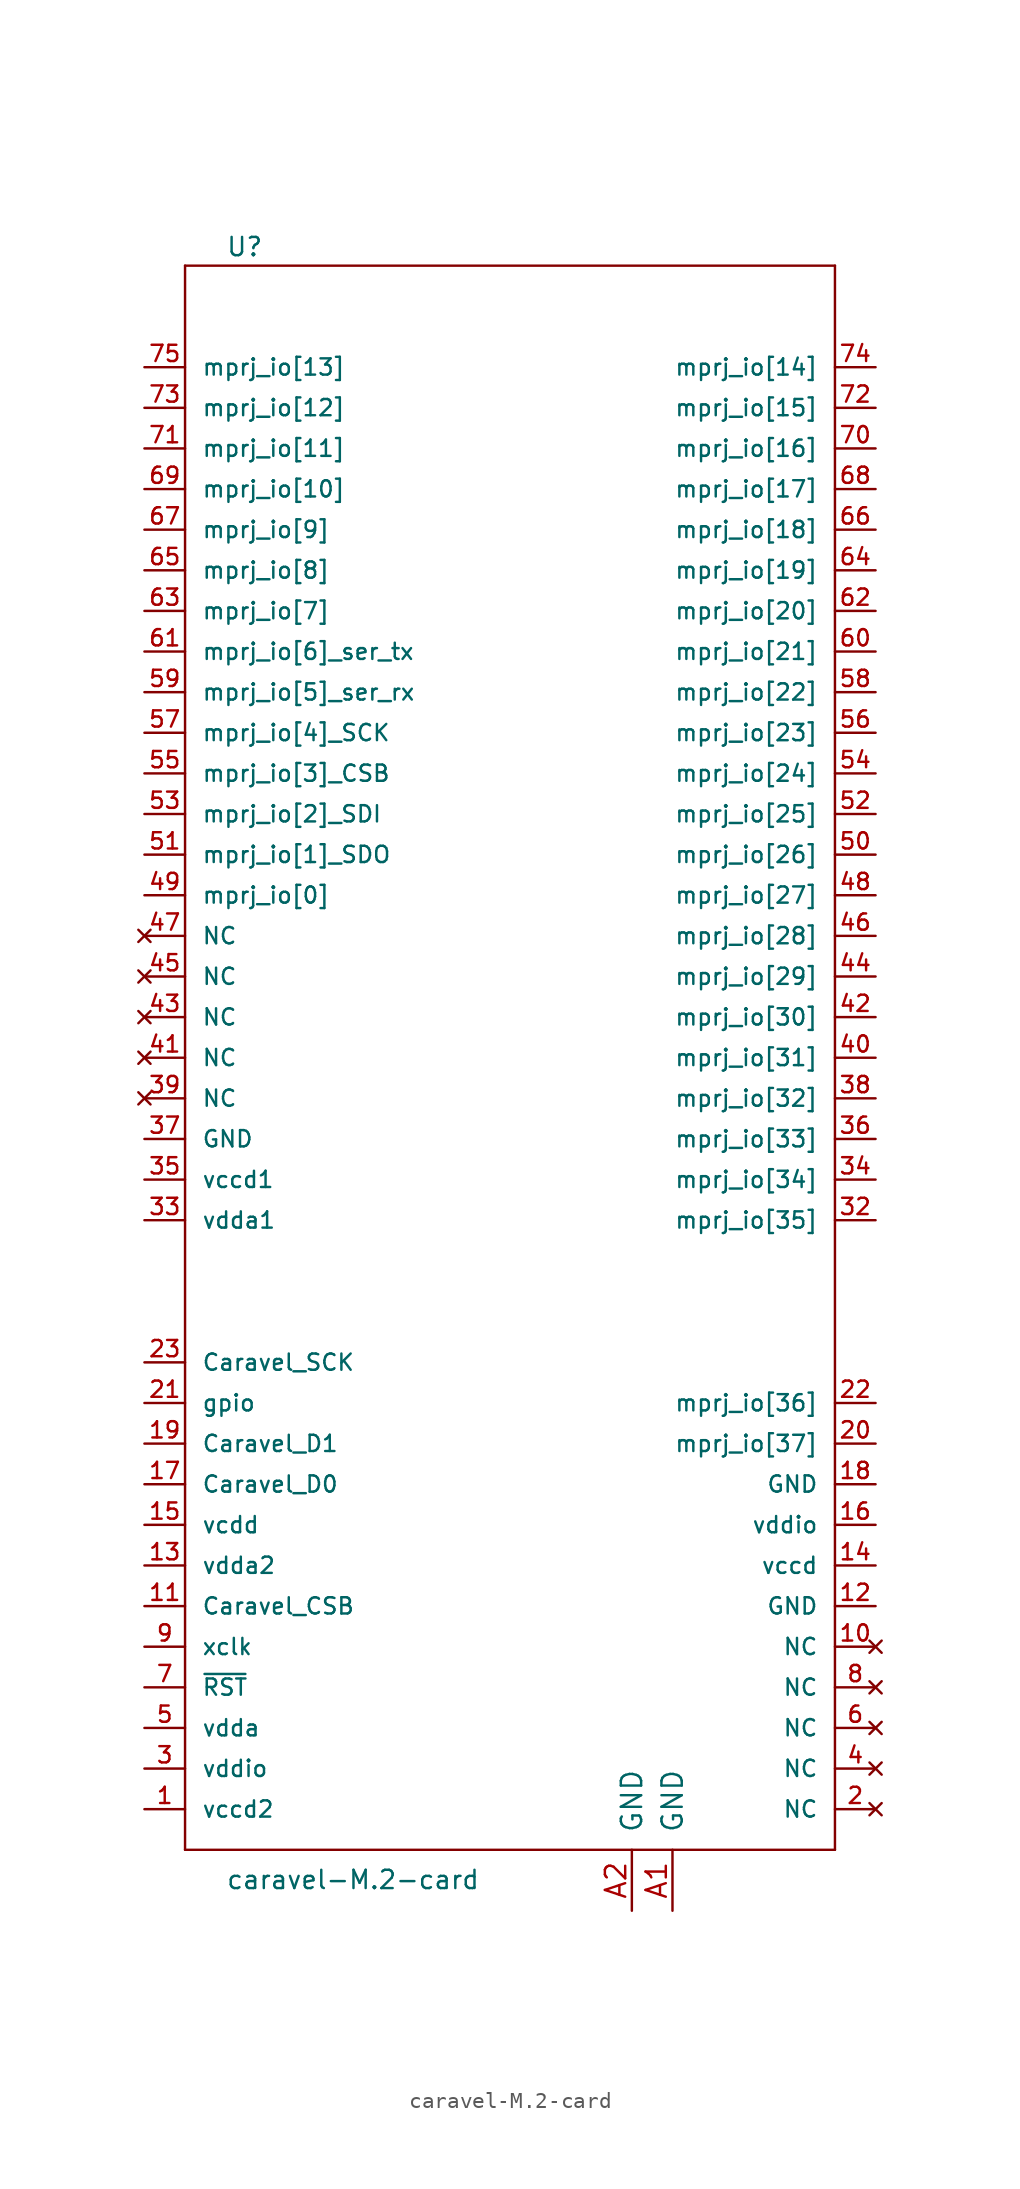
<source format=kicad_sym>
(kicad_symbol_lib
  (version 20231120)
  (generator "kicad_symbol_editor")
  (generator_version "8.0")
  (symbol "caravel-M.2-card"
    (pin_names
      (offset 1.016))
    (property "Reference" "U"
      (at -19.05 53.848 0)
      (effects (font (size 1.143 1.143)) (justify left bottom)))
    (property "Value" "caravel-M.2-card"
      (at -19.05 -48.26 0)
      (effects (font (size 1.143 1.143)) (justify left bottom)))
    (symbol "caravel-M.2-card_1_0"
      (polyline (pts (xy -21.59 -45.72) (xy -21.59 53.34)) (stroke (width 0) (type default)) (fill (type none)))
      (polyline (pts (xy -21.59 53.34) (xy 19.05 53.34)) (stroke (width 0) (type default)) (fill (type none)))
      (polyline (pts (xy 19.05 -45.72) (xy -21.59 -45.72)) (stroke (width 0) (type default)) (fill (type none)))
      (polyline (pts (xy 19.05 53.34) (xy 19.05 -45.72)) (stroke (width 0) (type default)) (fill (type none))))
    (symbol "caravel-M.2-card_1_1"
      (pin power_in line (at -24.13 -43.18 0) (length 2.54) (name "vccd2" (effects (font (size 1.016 1.016)))) (number "1" (effects (font (size 1.016 1.016)))))
      (pin no_connect line (at 21.59 -33.02 180) (length 2.54) (name "NC" (effects (font (size 1.016 1.016)))) (number "10" (effects (font (size 1.016 1.016)))))
      (pin bidirectional line (at -24.13 -30.48 0) (length 2.54) (name "Caravel_CSB" (effects (font (size 1.016 1.016)))) (number "11" (effects (font (size 1.016 1.016)))))
      (pin power_in line (at 21.59 -30.48 180) (length 2.54) (name "GND" (effects (font (size 1.016 1.016)))) (number "12" (effects (font (size 1.016 1.016)))))
      (pin power_in line (at -24.13 -27.94 0) (length 2.54) (name "vdda2" (effects (font (size 1.016 1.016)))) (number "13" (effects (font (size 1.016 1.016)))))
      (pin power_in line (at 21.59 -27.94 180) (length 2.54) (name "vccd" (effects (font (size 1.016 1.016)))) (number "14" (effects (font (size 1.016 1.016)))))
      (pin power_in line (at -24.13 -25.4 0) (length 2.54) (name "vcdd" (effects (font (size 1.016 1.016)))) (number "15" (effects (font (size 1.016 1.016)))))
      (pin power_in line (at 21.59 -25.4 180) (length 2.54) (name "vddio" (effects (font (size 1.016 1.016)))) (number "16" (effects (font (size 1.016 1.016)))))
      (pin bidirectional line (at -24.13 -22.86 0) (length 2.54) (name "Caravel_D0" (effects (font (size 1.016 1.016)))) (number "17" (effects (font (size 1.016 1.016)))))
      (pin power_in line (at 21.59 -22.86 180) (length 2.54) (name "GND" (effects (font (size 1.016 1.016)))) (number "18" (effects (font (size 1.016 1.016)))))
      (pin bidirectional line (at -24.13 -20.32 0) (length 2.54) (name "Caravel_D1" (effects (font (size 1.016 1.016)))) (number "19" (effects (font (size 1.016 1.016)))))
      (pin no_connect line (at 21.59 -43.18 180) (length 2.54) (name "NC" (effects (font (size 1.016 1.016)))) (number "2" (effects (font (size 1.016 1.016)))))
      (pin bidirectional line (at 21.59 -20.32 180) (length 2.54) (name "mprj_io[37]" (effects (font (size 1.016 1.016)))) (number "20" (effects (font (size 1.016 1.016)))))
      (pin bidirectional line (at -24.13 -17.78 0) (length 2.54) (name "gpio" (effects (font (size 1.016 1.016)))) (number "21" (effects (font (size 1.016 1.016)))))
      (pin bidirectional line (at 21.59 -17.78 180) (length 2.54) (name "mprj_io[36]" (effects (font (size 1.016 1.016)))) (number "22" (effects (font (size 1.016 1.016)))))
      (pin bidirectional line (at -24.13 -15.24 0) (length 2.54) (name "Caravel_SCK" (effects (font (size 1.016 1.016)))) (number "23" (effects (font (size 1.016 1.016)))))
      (pin power_in line (at -24.13 -40.64 0) (length 2.54) (name "vddio" (effects (font (size 1.016 1.016)))) (number "3" (effects (font (size 1.016 1.016)))))
      (pin bidirectional line (at 21.59 -6.35 180) (length 2.54) (name "mprj_io[35]" (effects (font (size 1.016 1.016)))) (number "32" (effects (font (size 1.016 1.016)))))
      (pin power_in line (at -24.13 -6.35 0) (length 2.54) (name "vdda1" (effects (font (size 1.016 1.016)))) (number "33" (effects (font (size 1.016 1.016)))))
      (pin bidirectional line (at 21.59 -3.81 180) (length 2.54) (name "mprj_io[34]" (effects (font (size 1.016 1.016)))) (number "34" (effects (font (size 1.016 1.016)))))
      (pin power_in line (at -24.13 -3.81 0) (length 2.54) (name "vccd1" (effects (font (size 1.016 1.016)))) (number "35" (effects (font (size 1.016 1.016)))))
      (pin bidirectional line (at 21.59 -1.27 180) (length 2.54) (name "mprj_io[33]" (effects (font (size 1.016 1.016)))) (number "36" (effects (font (size 1.016 1.016)))))
      (pin power_in line (at -24.13 -1.27 0) (length 2.54) (name "GND" (effects (font (size 1.016 1.016)))) (number "37" (effects (font (size 1.016 1.016)))))
      (pin bidirectional line (at 21.59 1.27 180) (length 2.54) (name "mprj_io[32]" (effects (font (size 1.016 1.016)))) (number "38" (effects (font (size 1.016 1.016)))))
      (pin no_connect line (at -24.13 1.27 0) (length 2.54) (name "NC" (effects (font (size 1.016 1.016)))) (number "39" (effects (font (size 1.016 1.016)))))
      (pin no_connect line (at 21.59 -40.64 180) (length 2.54) (name "NC" (effects (font (size 1.016 1.016)))) (number "4" (effects (font (size 1.016 1.016)))))
      (pin bidirectional line (at 21.59 3.81 180) (length 2.54) (name "mprj_io[31]" (effects (font (size 1.016 1.016)))) (number "40" (effects (font (size 1.016 1.016)))))
      (pin no_connect line (at -24.13 3.81 0) (length 2.54) (name "NC" (effects (font (size 1.016 1.016)))) (number "41" (effects (font (size 1.016 1.016)))))
      (pin bidirectional line (at 21.59 6.35 180) (length 2.54) (name "mprj_io[30]" (effects (font (size 1.016 1.016)))) (number "42" (effects (font (size 1.016 1.016)))))
      (pin no_connect line (at -24.13 6.35 0) (length 2.54) (name "NC" (effects (font (size 1.016 1.016)))) (number "43" (effects (font (size 1.016 1.016)))))
      (pin bidirectional line (at 21.59 8.89 180) (length 2.54) (name "mprj_io[29]" (effects (font (size 1.016 1.016)))) (number "44" (effects (font (size 1.016 1.016)))))
      (pin no_connect line (at -24.13 8.89 0) (length 2.54) (name "NC" (effects (font (size 1.016 1.016)))) (number "45" (effects (font (size 1.016 1.016)))))
      (pin bidirectional line (at 21.59 11.43 180) (length 2.54) (name "mprj_io[28]" (effects (font (size 1.016 1.016)))) (number "46" (effects (font (size 1.016 1.016)))))
      (pin no_connect line (at -24.13 11.43 0) (length 2.54) (name "NC" (effects (font (size 1.016 1.016)))) (number "47" (effects (font (size 1.016 1.016)))))
      (pin bidirectional line (at 21.59 13.97 180) (length 2.54) (name "mprj_io[27]" (effects (font (size 1.016 1.016)))) (number "48" (effects (font (size 1.016 1.016)))))
      (pin bidirectional line (at -24.13 13.97 0) (length 2.54) (name "mprj_io[0]" (effects (font (size 1.016 1.016)))) (number "49" (effects (font (size 1.016 1.016)))))
      (pin power_in line (at -24.13 -38.1 0) (length 2.54) (name "vdda" (effects (font (size 1.016 1.016)))) (number "5" (effects (font (size 1.016 1.016)))))
      (pin bidirectional line (at 21.59 16.51 180) (length 2.54) (name "mprj_io[26]" (effects (font (size 1.016 1.016)))) (number "50" (effects (font (size 1.016 1.016)))))
      (pin bidirectional line (at -24.13 16.51 0) (length 2.54) (name "mprj_io[1]_SDO" (effects (font (size 1.016 1.016)))) (number "51" (effects (font (size 1.016 1.016)))))
      (pin bidirectional line (at 21.59 19.05 180) (length 2.54) (name "mprj_io[25]" (effects (font (size 1.016 1.016)))) (number "52" (effects (font (size 1.016 1.016)))))
      (pin bidirectional line (at -24.13 19.05 0) (length 2.54) (name "mprj_io[2]_SDI" (effects (font (size 1.016 1.016)))) (number "53" (effects (font (size 1.016 1.016)))))
      (pin bidirectional line (at 21.59 21.59 180) (length 2.54) (name "mprj_io[24]" (effects (font (size 1.016 1.016)))) (number "54" (effects (font (size 1.016 1.016)))))
      (pin bidirectional line (at -24.13 21.59 0) (length 2.54) (name "mprj_io[3]_CSB" (effects (font (size 1.016 1.016)))) (number "55" (effects (font (size 1.016 1.016)))))
      (pin bidirectional line (at 21.59 24.13 180) (length 2.54) (name "mprj_io[23]" (effects (font (size 1.016 1.016)))) (number "56" (effects (font (size 1.016 1.016)))))
      (pin bidirectional line (at -24.13 24.13 0) (length 2.54) (name "mprj_io[4]_SCK" (effects (font (size 1.016 1.016)))) (number "57" (effects (font (size 1.016 1.016)))))
      (pin bidirectional line (at 21.59 26.67 180) (length 2.54) (name "mprj_io[22]" (effects (font (size 1.016 1.016)))) (number "58" (effects (font (size 1.016 1.016)))))
      (pin bidirectional line (at -24.13 26.67 0) (length 2.54) (name "mprj_io[5]_ser_rx" (effects (font (size 1.016 1.016)))) (number "59" (effects (font (size 1.016 1.016)))))
      (pin no_connect line (at 21.59 -38.1 180) (length 2.54) (name "NC" (effects (font (size 1.016 1.016)))) (number "6" (effects (font (size 1.016 1.016)))))
      (pin bidirectional line (at 21.59 29.21 180) (length 2.54) (name "mprj_io[21]" (effects (font (size 1.016 1.016)))) (number "60" (effects (font (size 1.016 1.016)))))
      (pin bidirectional line (at -24.13 29.21 0) (length 2.54) (name "mprj_io[6]_ser_tx" (effects (font (size 1.016 1.016)))) (number "61" (effects (font (size 1.016 1.016)))))
      (pin bidirectional line (at 21.59 31.75 180) (length 2.54) (name "mprj_io[20]" (effects (font (size 1.016 1.016)))) (number "62" (effects (font (size 1.016 1.016)))))
      (pin bidirectional line (at -24.13 31.75 0) (length 2.54) (name "mprj_io[7]" (effects (font (size 1.016 1.016)))) (number "63" (effects (font (size 1.016 1.016)))))
      (pin bidirectional line (at 21.59 34.29 180) (length 2.54) (name "mprj_io[19]" (effects (font (size 1.016 1.016)))) (number "64" (effects (font (size 1.016 1.016)))))
      (pin bidirectional line (at -24.13 34.29 0) (length 2.54) (name "mprj_io[8]" (effects (font (size 1.016 1.016)))) (number "65" (effects (font (size 1.016 1.016)))))
      (pin bidirectional line (at 21.59 36.83 180) (length 2.54) (name "mprj_io[18]" (effects (font (size 1.016 1.016)))) (number "66" (effects (font (size 1.016 1.016)))))
      (pin bidirectional line (at -24.13 36.83 0) (length 2.54) (name "mprj_io[9]" (effects (font (size 1.016 1.016)))) (number "67" (effects (font (size 1.016 1.016)))))
      (pin bidirectional line (at 21.59 39.37 180) (length 2.54) (name "mprj_io[17]" (effects (font (size 1.016 1.016)))) (number "68" (effects (font (size 1.016 1.016)))))
      (pin bidirectional line (at -24.13 39.37 0) (length 2.54) (name "mprj_io[10]" (effects (font (size 1.016 1.016)))) (number "69" (effects (font (size 1.016 1.016)))))
      (pin input line (at -24.13 -35.56 0) (length 2.54) (name "~{RST}" (effects (font (size 1.016 1.016)))) (number "7" (effects (font (size 1.016 1.016)))))
      (pin bidirectional line (at 21.59 41.91 180) (length 2.54) (name "mprj_io[16]" (effects (font (size 1.016 1.016)))) (number "70" (effects (font (size 1.016 1.016)))))
      (pin bidirectional line (at -24.13 41.91 0) (length 2.54) (name "mprj_io[11]" (effects (font (size 1.016 1.016)))) (number "71" (effects (font (size 1.016 1.016)))))
      (pin bidirectional line (at 21.59 44.45 180) (length 2.54) (name "mprj_io[15]" (effects (font (size 1.016 1.016)))) (number "72" (effects (font (size 1.016 1.016)))))
      (pin bidirectional line (at -24.13 44.45 0) (length 2.54) (name "mprj_io[12]" (effects (font (size 1.016 1.016)))) (number "73" (effects (font (size 1.016 1.016)))))
      (pin bidirectional line (at 21.59 46.99 180) (length 2.54) (name "mprj_io[14]" (effects (font (size 1.016 1.016)))) (number "74" (effects (font (size 1.016 1.016)))))
      (pin bidirectional line (at -24.13 46.99 0) (length 2.54) (name "mprj_io[13]" (effects (font (size 1.016 1.016)))) (number "75" (effects (font (size 1.016 1.016)))))
      (pin no_connect line (at 21.59 -35.56 180) (length 2.54) (name "NC" (effects (font (size 1.016 1.016)))) (number "8" (effects (font (size 1.016 1.016)))))
      (pin input line (at -24.13 -33.02 0) (length 2.54) (name "xclk" (effects (font (size 1.016 1.016)))) (number "9" (effects (font (size 1.016 1.016)))))
      (pin power_in line (at 8.89 -49.53 90) (length 3.81) (name "GND" (effects (font (size 1.27 1.27)))) (number "A1" (effects (font (size 1.27 1.27)))))
      (pin power_in line (at 6.35 -49.53 90) (length 3.81) (name "GND" (effects (font (size 1.27 1.27)))) (number "A2" (effects (font (size 1.27 1.27))))))))
</source>
